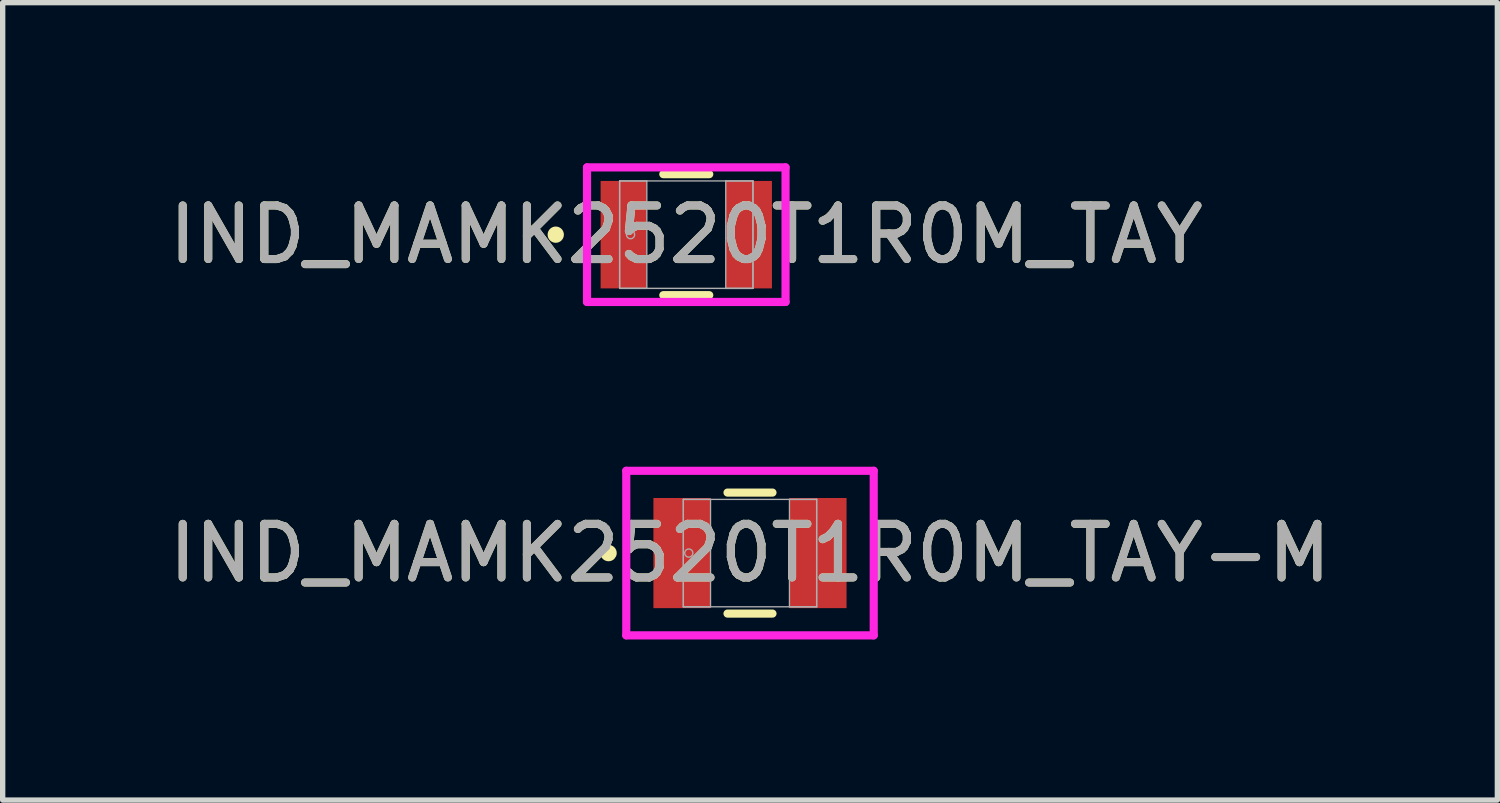
<source format=kicad_pcb>
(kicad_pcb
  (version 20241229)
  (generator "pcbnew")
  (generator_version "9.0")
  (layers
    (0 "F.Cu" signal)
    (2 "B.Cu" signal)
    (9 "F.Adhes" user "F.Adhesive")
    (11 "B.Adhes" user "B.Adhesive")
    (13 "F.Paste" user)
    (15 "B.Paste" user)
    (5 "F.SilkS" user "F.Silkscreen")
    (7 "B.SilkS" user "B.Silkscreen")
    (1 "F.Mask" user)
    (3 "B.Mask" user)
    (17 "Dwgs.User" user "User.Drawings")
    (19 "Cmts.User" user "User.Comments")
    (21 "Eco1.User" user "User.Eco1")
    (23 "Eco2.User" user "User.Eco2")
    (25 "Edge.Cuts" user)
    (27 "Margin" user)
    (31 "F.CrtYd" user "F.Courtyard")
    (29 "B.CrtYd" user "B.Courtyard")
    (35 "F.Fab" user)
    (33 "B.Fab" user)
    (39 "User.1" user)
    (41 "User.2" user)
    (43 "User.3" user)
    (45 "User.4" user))
  (footprint "IND_MAMK2520T1R0M_TAY"
    (layer "F.Cu")
    (at 9.768 1.333)
    (property "Reference" "IND_MAMK2520T1R0M_TAY" (at 0 0 0) (unlocked yes) (layer "F.SilkS") (effects (font (size 1 1) (thickness 0.15))))
    (attr smd)
    (fp_line (start -0.429 1.13) (end 0.429 1.13) (stroke (width 0.152) (type solid)) (layer "F.SilkS"))
    (fp_line (start 0.429 -1.13) (end -0.429 -1.13) (stroke (width 0.152) (type solid)) (layer "F.SilkS"))
    (fp_circle (center -2.438 0) (end -2.362 0) (stroke (width 0.152) (type solid)) (fill no) (layer "F.SilkS"))
    (fp_line (start -1.854 -1.257) (end 1.854 -1.257) (stroke (width 0.152) (type solid)) (layer "F.CrtYd"))
    (fp_line (start -1.854 1.257) (end -1.854 -1.257) (stroke (width 0.152) (type solid)) (layer "F.CrtYd"))
    (fp_line (start 1.854 -1.257) (end 1.854 1.257) (stroke (width 0.152) (type solid)) (layer "F.CrtYd"))
    (fp_line (start 1.854 1.257) (end -1.854 1.257) (stroke (width 0.152) (type solid)) (layer "F.CrtYd"))
    (fp_line (start -1.245 -1.003) (end -1.245 1.003) (stroke (width 0.025) (type solid)) (layer "F.Fab"))
    (fp_line (start -1.245 -1.003) (end -1.245 1.003) (stroke (width 0.025) (type solid)) (layer "F.Fab"))
    (fp_line (start -1.245 1.003) (end -0.737 1.003) (stroke (width 0.025) (type solid)) (layer "F.Fab"))
    (fp_line (start -1.245 1.003) (end 1.245 1.003) (stroke (width 0.025) (type solid)) (layer "F.Fab"))
    (fp_line (start -0.737 -1.003) (end -1.245 -1.003) (stroke (width 0.025) (type solid)) (layer "F.Fab"))
    (fp_line (start -0.737 1.003) (end -0.737 -1.003) (stroke (width 0.025) (type solid)) (layer "F.Fab"))
    (fp_line (start 0.737 -1.003) (end 0.737 1.003) (stroke (width 0.025) (type solid)) (layer "F.Fab"))
    (fp_line (start 0.737 1.003) (end 1.245 1.003) (stroke (width 0.025) (type solid)) (layer "F.Fab"))
    (fp_line (start 1.245 -1.003) (end -1.245 -1.003) (stroke (width 0.025) (type solid)) (layer "F.Fab"))
    (fp_line (start 1.245 -1.003) (end 0.737 -1.003) (stroke (width 0.025) (type solid)) (layer "F.Fab"))
    (fp_line (start 1.245 1.003) (end 1.245 -1.003) (stroke (width 0.025) (type solid)) (layer "F.Fab"))
    (fp_line (start 1.245 1.003) (end 1.245 -1.003) (stroke (width 0.025) (type solid)) (layer "F.Fab"))
    (fp_circle (center -1.041 0) (end -0.965 0) (stroke (width 0.025) (type solid)) (fill no) (layer "F.Fab"))
    (fp_text user "${REFERENCE}" (at 0 0 0) (unlocked yes) (layer "F.Fab") (effects (font (size 1 1) (thickness 0.15))))
    (pad "1" smd rect (at -1.168 0) (size 0.864 2.007) (layers "F.Cu" "F.Mask" "F.Paste"))
    (pad "2" smd rect (at 1.168 0) (size 0.864 2.007) (layers "F.Cu" "F.Mask" "F.Paste"))
    (zone (net_name "") (layer "F.Cu") (hatch full 0.508) (connect_pads) (min_thickness 0.254) (filled_areas_thickness no) (keepout (tracks not_allowed) (vias not_allowed) (pads allowed) (copperpour not_allowed) (footprints allowed)) (placement (enabled no)) (fill) (polygon (pts (xy 9.082 0.381) (xy 10.454 0.381) (xy 10.454 2.286) (xy 9.082 2.286)))))
  (footprint "IND_MAMK2520T1R0M_TAY-M"
    (layer "F.Cu")
    (at 10.958 7.28)
    (property "Reference" "IND_MAMK2520T1R0M_TAY-M" (at 0 0 0) (unlocked yes) (layer "F.SilkS") (effects (font (size 1 1) (thickness 0.15))))
    (attr smd)
    (fp_line (start -0.42 1.13) (end 0.42 1.13) (stroke (width 0.152) (type solid)) (layer "F.SilkS"))
    (fp_line (start 0.42 -1.13) (end -0.42 -1.13) (stroke (width 0.152) (type solid)) (layer "F.SilkS"))
    (fp_circle (center -2.642 0) (end -2.565 0) (stroke (width 0.152) (type solid)) (fill no) (layer "F.SilkS"))
    (fp_line (start -2.311 -1.537) (end 2.311 -1.537) (stroke (width 0.152) (type solid)) (layer "F.CrtYd"))
    (fp_line (start -2.311 1.537) (end -2.311 -1.537) (stroke (width 0.152) (type solid)) (layer "F.CrtYd"))
    (fp_line (start 2.311 -1.537) (end 2.311 1.537) (stroke (width 0.152) (type solid)) (layer "F.CrtYd"))
    (fp_line (start 2.311 1.537) (end -2.311 1.537) (stroke (width 0.152) (type solid)) (layer "F.CrtYd"))
    (fp_line (start -1.245 -1.003) (end -1.245 1.003) (stroke (width 0.025) (type solid)) (layer "F.Fab"))
    (fp_line (start -1.245 -1.003) (end -1.245 1.003) (stroke (width 0.025) (type solid)) (layer "F.Fab"))
    (fp_line (start -1.245 1.003) (end -0.737 1.003) (stroke (width 0.025) (type solid)) (layer "F.Fab"))
    (fp_line (start -1.245 1.003) (end 1.245 1.003) (stroke (width 0.025) (type solid)) (layer "F.Fab"))
    (fp_line (start -0.737 -1.003) (end -1.245 -1.003) (stroke (width 0.025) (type solid)) (layer "F.Fab"))
    (fp_line (start -0.737 1.003) (end -0.737 -1.003) (stroke (width 0.025) (type solid)) (layer "F.Fab"))
    (fp_line (start 0.737 -1.003) (end 0.737 1.003) (stroke (width 0.025) (type solid)) (layer "F.Fab"))
    (fp_line (start 0.737 1.003) (end 1.245 1.003) (stroke (width 0.025) (type solid)) (layer "F.Fab"))
    (fp_line (start 1.245 -1.003) (end -1.245 -1.003) (stroke (width 0.025) (type solid)) (layer "F.Fab"))
    (fp_line (start 1.245 -1.003) (end 0.737 -1.003) (stroke (width 0.025) (type solid)) (layer "F.Fab"))
    (fp_line (start 1.245 1.003) (end 1.245 -1.003) (stroke (width 0.025) (type solid)) (layer "F.Fab"))
    (fp_line (start 1.245 1.003) (end 1.245 -1.003) (stroke (width 0.025) (type solid)) (layer "F.Fab"))
    (fp_circle (center -1.143 0) (end -1.067 0) (stroke (width 0.025) (type solid)) (fill no) (layer "F.Fab"))
    (fp_text user "${REFERENCE}" (at 0 0 0) (unlocked yes) (layer "F.Fab") (effects (font (size 1 1) (thickness 0.15))))
    (pad "1" smd rect (at -1.27 0) (size 1.067 2.057) (layers "F.Cu" "F.Mask" "F.Paste"))
    (pad "2" smd rect (at 1.27 0) (size 1.067 2.057) (layers "F.Cu" "F.Mask" "F.Paste"))
    (zone (net_name "") (layer "F.Cu") (hatch full 0.508) (connect_pads) (min_thickness 0.254) (filled_areas_thickness no) (keepout (tracks not_allowed) (vias not_allowed) (pads allowed) (copperpour not_allowed) (footprints allowed)) (placement (enabled no)) (fill) (polygon (pts (xy 10.273 6.327) (xy 11.644 6.327) (xy 11.644 8.232) (xy 10.273 8.232)))))
  (gr_rect
    (start -3 -3)
    (end 24.917 11.893)
    (stroke (width 0.1) (type default))
    (fill no)
    (layer "Edge.Cuts")))
</source>
